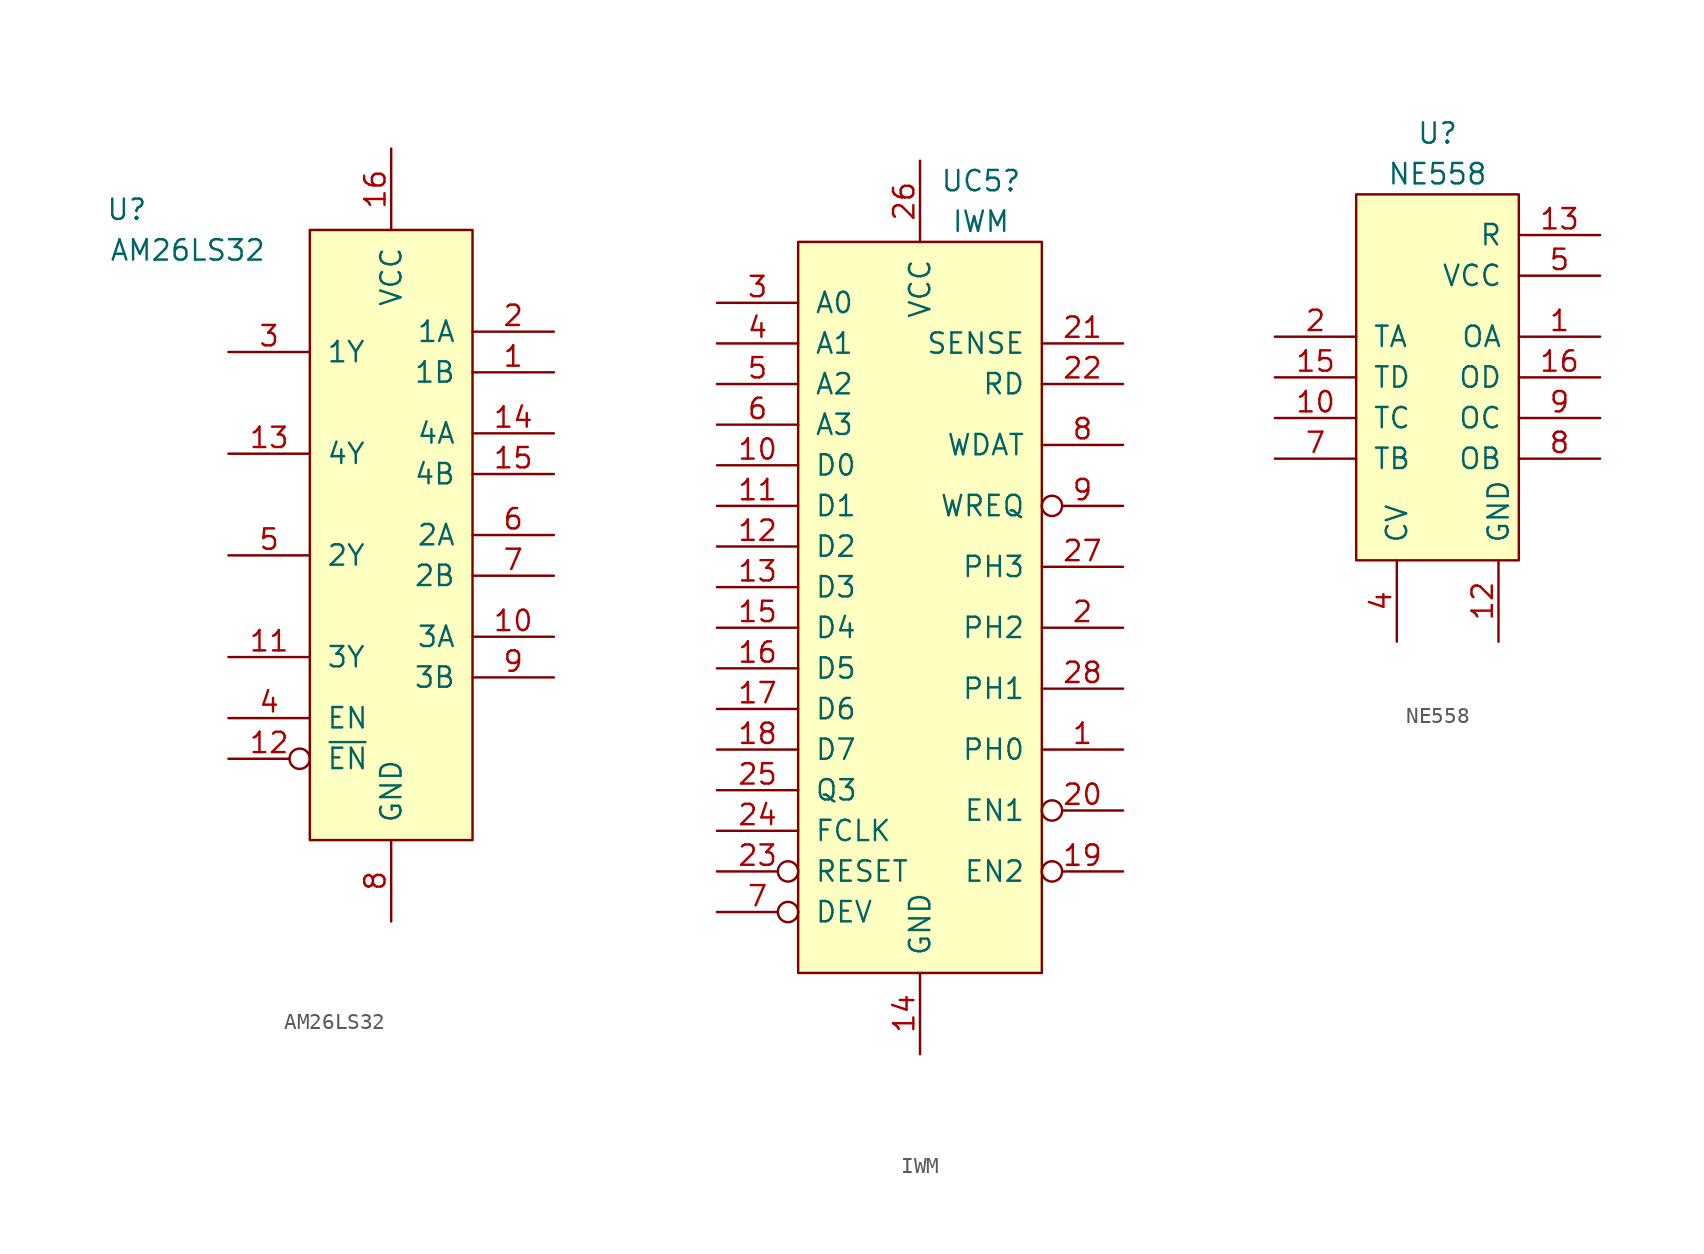
<source format=kicad_sym>
(kicad_symbol_lib
  (version 20211014)
  (generator kicad_symbol_editor)
  (symbol "AM26LS32"
    (pin_names
      (offset 1.016))
    (property "Reference" "U"
      (at -16.51 19.05 0)
      (effects (font (size 1.27 1.27))))
    (property "Value" "AM26LS32"
      (at -12.7 16.51 0)
      (effects (font (size 1.27 1.27))))
    (symbol "AM26LS32_0_1"
      (rectangle (start -5.08 17.78) (end 5.08 -20.32) (stroke (width 0) (type default) (color 0 0 0 0)) (fill (type background))))
    (symbol "AM26LS32_1_1"
      (pin input line (at 10.16 8.89 180) (length 5.08) (name "1B" (effects (font (size 1.27 1.27)))) (number "1" (effects (font (size 1.27 1.27)))))
      (pin input line (at 10.16 -7.62 180) (length 5.08) (name "3A" (effects (font (size 1.27 1.27)))) (number "10" (effects (font (size 1.27 1.27)))))
      (pin output line (at -10.16 -8.89 0) (length 5.08) (name "3Y" (effects (font (size 1.27 1.27)))) (number "11" (effects (font (size 1.27 1.27)))))
      (pin input inverted (at -10.16 -15.24 0) (length 5.08) (name "~{EN}" (effects (font (size 1.27 1.27)))) (number "12" (effects (font (size 1.27 1.27)))))
      (pin output line (at -10.16 3.81 0) (length 5.08) (name "4Y" (effects (font (size 1.27 1.27)))) (number "13" (effects (font (size 1.27 1.27)))))
      (pin input line (at 10.16 5.08 180) (length 5.08) (name "4A" (effects (font (size 1.27 1.27)))) (number "14" (effects (font (size 1.27 1.27)))))
      (pin input line (at 10.16 2.54 180) (length 5.08) (name "4B" (effects (font (size 1.27 1.27)))) (number "15" (effects (font (size 1.27 1.27)))))
      (pin power_in line (at 0 22.86 270) (length 5.08) (name "VCC" (effects (font (size 1.27 1.27)))) (number "16" (effects (font (size 1.27 1.27)))))
      (pin input line (at 10.16 11.43 180) (length 5.08) (name "1A" (effects (font (size 1.27 1.27)))) (number "2" (effects (font (size 1.27 1.27)))))
      (pin output line (at -10.16 10.16 0) (length 5.08) (name "1Y" (effects (font (size 1.27 1.27)))) (number "3" (effects (font (size 1.27 1.27)))))
      (pin input line (at -10.16 -12.7 0) (length 5.08) (name "EN" (effects (font (size 1.27 1.27)))) (number "4" (effects (font (size 1.27 1.27)))))
      (pin output line (at -10.16 -2.54 0) (length 5.08) (name "2Y" (effects (font (size 1.27 1.27)))) (number "5" (effects (font (size 1.27 1.27)))))
      (pin input line (at 10.16 -1.27 180) (length 5.08) (name "2A" (effects (font (size 1.27 1.27)))) (number "6" (effects (font (size 1.27 1.27)))))
      (pin input line (at 10.16 -3.81 180) (length 5.08) (name "2B" (effects (font (size 1.27 1.27)))) (number "7" (effects (font (size 1.27 1.27)))))
      (pin power_in line (at 0 -25.4 90) (length 5.08) (name "GND" (effects (font (size 1.27 1.27)))) (number "8" (effects (font (size 1.27 1.27)))))
      (pin input line (at 10.16 -10.16 180) (length 5.08) (name "3B" (effects (font (size 1.27 1.27)))) (number "9" (effects (font (size 1.27 1.27)))))))
  (symbol "IWM"
    (pin_names
      (offset 1.016))
    (property "Reference" "UC5"
      (at 3.81 27.94 0)
      (effects (font (size 1.27 1.27))))
    (property "Value" "IWM"
      (at 3.81 25.4 0)
      (effects (font (size 1.27 1.27))))
    (symbol "IWM_0_1"
      (rectangle (start -7.62 24.13) (end 7.62 -21.59) (stroke (width 0) (type default) (color 0 0 0 0)) (fill (type background))))
    (symbol "IWM_1_1"
      (pin output line (at 12.7 -7.62 180) (length 5.08) (name "PH0" (effects (font (size 1.27 1.27)))) (number "1" (effects (font (size 1.27 1.27)))))
      (pin bidirectional line (at -12.7 10.16 0) (length 5.08) (name "D0" (effects (font (size 1.27 1.27)))) (number "10" (effects (font (size 1.27 1.27)))))
      (pin bidirectional line (at -12.7 7.62 0) (length 5.08) (name "D1" (effects (font (size 1.27 1.27)))) (number "11" (effects (font (size 1.27 1.27)))))
      (pin bidirectional line (at -12.7 5.08 0) (length 5.08) (name "D2" (effects (font (size 1.27 1.27)))) (number "12" (effects (font (size 1.27 1.27)))))
      (pin bidirectional line (at -12.7 2.54 0) (length 5.08) (name "D3" (effects (font (size 1.27 1.27)))) (number "13" (effects (font (size 1.27 1.27)))))
      (pin power_in line (at 0 -26.67 90) (length 5.08) (name "GND" (effects (font (size 1.27 1.27)))) (number "14" (effects (font (size 1.27 1.27)))))
      (pin bidirectional line (at -12.7 0 0) (length 5.08) (name "D4" (effects (font (size 1.27 1.27)))) (number "15" (effects (font (size 1.27 1.27)))))
      (pin bidirectional line (at -12.7 -2.54 0) (length 5.08) (name "D5" (effects (font (size 1.27 1.27)))) (number "16" (effects (font (size 1.27 1.27)))))
      (pin bidirectional line (at -12.7 -5.08 0) (length 5.08) (name "D6" (effects (font (size 1.27 1.27)))) (number "17" (effects (font (size 1.27 1.27)))))
      (pin bidirectional line (at -12.7 -7.62 0) (length 5.08) (name "D7" (effects (font (size 1.27 1.27)))) (number "18" (effects (font (size 1.27 1.27)))))
      (pin input inverted (at 12.7 -15.24 180) (length 5.08) (name "EN2" (effects (font (size 1.27 1.27)))) (number "19" (effects (font (size 1.27 1.27)))))
      (pin output line (at 12.7 0 180) (length 5.08) (name "PH2" (effects (font (size 1.27 1.27)))) (number "2" (effects (font (size 1.27 1.27)))))
      (pin input inverted (at 12.7 -11.43 180) (length 5.08) (name "EN1" (effects (font (size 1.27 1.27)))) (number "20" (effects (font (size 1.27 1.27)))))
      (pin input line (at 12.7 17.78 180) (length 5.08) (name "SENSE" (effects (font (size 1.27 1.27)))) (number "21" (effects (font (size 1.27 1.27)))))
      (pin input line (at 12.7 15.24 180) (length 5.08) (name "RD" (effects (font (size 1.27 1.27)))) (number "22" (effects (font (size 1.27 1.27)))))
      (pin input inverted (at -12.7 -15.24 0) (length 5.08) (name "RESET" (effects (font (size 1.27 1.27)))) (number "23" (effects (font (size 1.27 1.27)))))
      (pin input line (at -12.7 -12.7 0) (length 5.08) (name "FCLK" (effects (font (size 1.27 1.27)))) (number "24" (effects (font (size 1.27 1.27)))))
      (pin input line (at -12.7 -10.16 0) (length 5.08) (name "Q3" (effects (font (size 1.27 1.27)))) (number "25" (effects (font (size 1.27 1.27)))))
      (pin power_in line (at 0 29.21 270) (length 5.08) (name "VCC" (effects (font (size 1.27 1.27)))) (number "26" (effects (font (size 1.27 1.27)))))
      (pin output line (at 12.7 3.81 180) (length 5.08) (name "PH3" (effects (font (size 1.27 1.27)))) (number "27" (effects (font (size 1.27 1.27)))))
      (pin output line (at 12.7 -3.81 180) (length 5.08) (name "PH1" (effects (font (size 1.27 1.27)))) (number "28" (effects (font (size 1.27 1.27)))))
      (pin input line (at -12.7 20.32 0) (length 5.08) (name "A0" (effects (font (size 1.27 1.27)))) (number "3" (effects (font (size 1.27 1.27)))))
      (pin input line (at -12.7 17.78 0) (length 5.08) (name "A1" (effects (font (size 1.27 1.27)))) (number "4" (effects (font (size 1.27 1.27)))))
      (pin input line (at -12.7 15.24 0) (length 5.08) (name "A2" (effects (font (size 1.27 1.27)))) (number "5" (effects (font (size 1.27 1.27)))))
      (pin input line (at -12.7 12.7 0) (length 5.08) (name "A3" (effects (font (size 1.27 1.27)))) (number "6" (effects (font (size 1.27 1.27)))))
      (pin input inverted (at -12.7 -17.78 0) (length 5.08) (name "DEV" (effects (font (size 1.27 1.27)))) (number "7" (effects (font (size 1.27 1.27)))))
      (pin output line (at 12.7 11.43 180) (length 5.08) (name "WDAT" (effects (font (size 1.27 1.27)))) (number "8" (effects (font (size 1.27 1.27)))))
      (pin input inverted (at 12.7 7.62 180) (length 5.08) (name "WREQ" (effects (font (size 1.27 1.27)))) (number "9" (effects (font (size 1.27 1.27)))))))
  (symbol "NE558"
    (pin_names
      (offset 1.016))
    (property "Reference" "U"
      (at 0 15.24 0)
      (effects (font (size 1.27 1.27))))
    (property "Value" "NE558"
      (at 0 12.7 0)
      (effects (font (size 1.27 1.27))))
    (symbol "NE558_0_1"
      (rectangle (start 5.08 11.43) (end -5.08 -11.43) (stroke (width 0) (type default) (color 0 0 0 0)) (fill (type background))))
    (symbol "NE558_1_1"
      (pin input line (at 10.16 2.54 180) (length 5.08) (name "OA" (effects (font (size 1.27 1.27)))) (number "1" (effects (font (size 1.27 1.27)))))
      (pin input line (at -10.16 -2.54 0) (length 5.08) (name "TC" (effects (font (size 1.27 1.27)))) (number "10" (effects (font (size 1.27 1.27)))))
      (pin input line (at 3.81 -16.51 90) (length 5.08) (name "GND" (effects (font (size 1.27 1.27)))) (number "12" (effects (font (size 1.27 1.27)))))
      (pin input line (at 10.16 8.89 180) (length 5.08) (name "R" (effects (font (size 1.27 1.27)))) (number "13" (effects (font (size 1.27 1.27)))))
      (pin input line (at -10.16 0 0) (length 5.08) (name "TD" (effects (font (size 1.27 1.27)))) (number "15" (effects (font (size 1.27 1.27)))))
      (pin input line (at 10.16 0 180) (length 5.08) (name "OD" (effects (font (size 1.27 1.27)))) (number "16" (effects (font (size 1.27 1.27)))))
      (pin input line (at -10.16 2.54 0) (length 5.08) (name "TA" (effects (font (size 1.27 1.27)))) (number "2" (effects (font (size 1.27 1.27)))))
      (pin input line (at -2.54 -16.51 90) (length 5.08) (name "CV" (effects (font (size 1.27 1.27)))) (number "4" (effects (font (size 1.27 1.27)))))
      (pin input line (at 10.16 6.35 180) (length 5.08) (name "VCC" (effects (font (size 1.27 1.27)))) (number "5" (effects (font (size 1.27 1.27)))))
      (pin input line (at -10.16 -5.08 0) (length 5.08) (name "TB" (effects (font (size 1.27 1.27)))) (number "7" (effects (font (size 1.27 1.27)))))
      (pin input line (at 10.16 -5.08 180) (length 5.08) (name "OB" (effects (font (size 1.27 1.27)))) (number "8" (effects (font (size 1.27 1.27)))))
      (pin input line (at 10.16 -2.54 180) (length 5.08) (name "OC" (effects (font (size 1.27 1.27)))) (number "9" (effects (font (size 1.27 1.27))))))))
</source>
